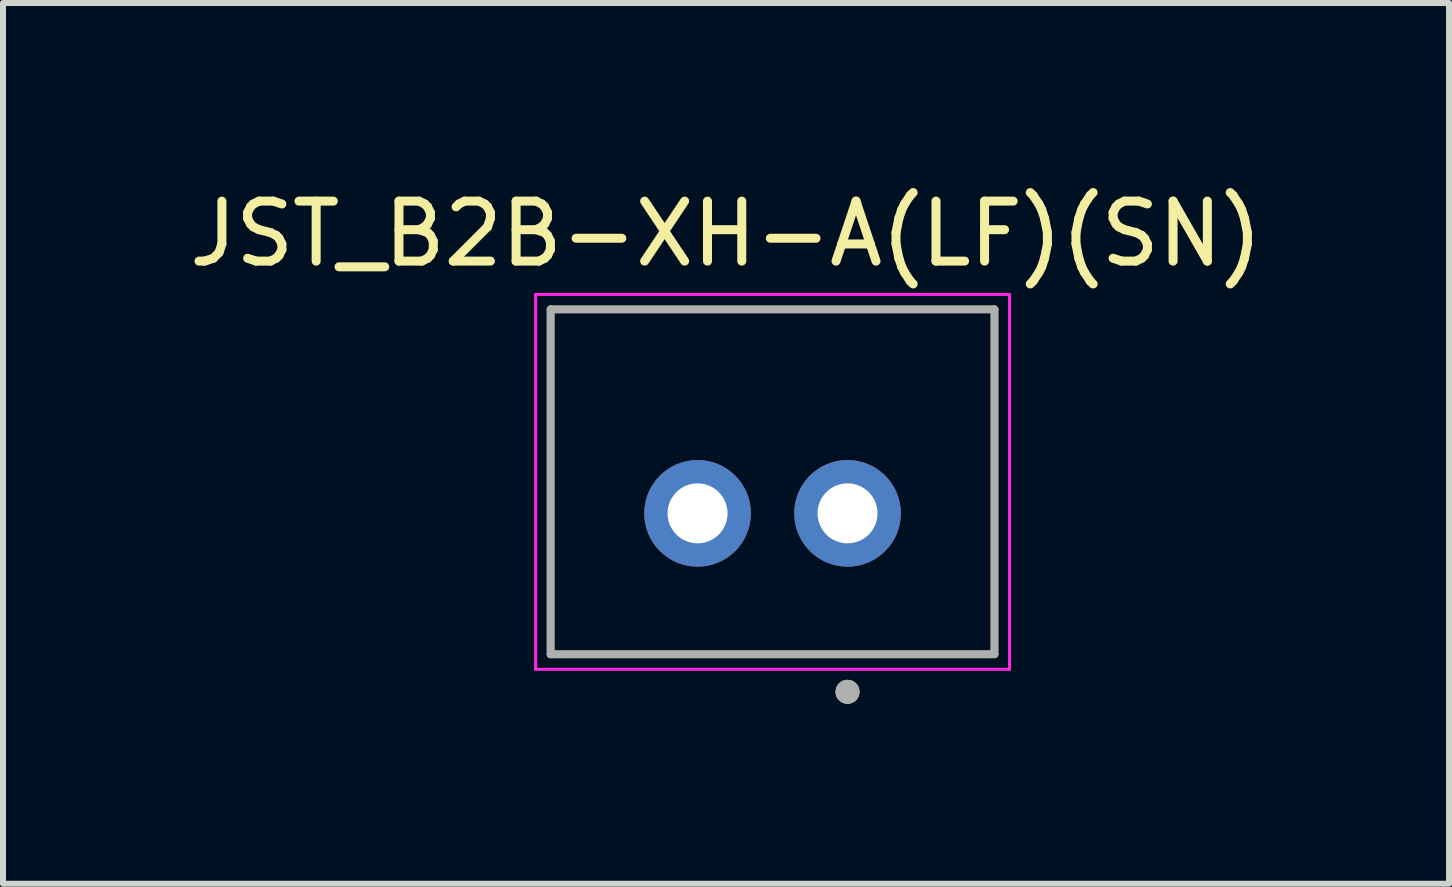
<source format=kicad_pcb>
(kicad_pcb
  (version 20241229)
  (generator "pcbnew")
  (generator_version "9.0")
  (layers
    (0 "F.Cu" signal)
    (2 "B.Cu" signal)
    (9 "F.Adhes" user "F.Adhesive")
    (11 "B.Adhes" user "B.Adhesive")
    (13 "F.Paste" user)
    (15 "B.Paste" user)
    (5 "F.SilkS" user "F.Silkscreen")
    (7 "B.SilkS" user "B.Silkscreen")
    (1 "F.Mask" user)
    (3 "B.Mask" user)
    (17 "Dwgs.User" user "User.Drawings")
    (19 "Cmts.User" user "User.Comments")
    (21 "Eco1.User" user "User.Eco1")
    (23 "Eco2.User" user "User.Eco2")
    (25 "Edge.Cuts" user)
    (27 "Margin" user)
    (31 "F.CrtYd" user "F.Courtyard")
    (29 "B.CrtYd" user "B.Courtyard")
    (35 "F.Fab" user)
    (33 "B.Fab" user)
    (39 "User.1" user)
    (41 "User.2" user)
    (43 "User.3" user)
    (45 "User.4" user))
  (footprint "JST_B2B-XH-A(LF)(SN)"
    (layer "F.Cu")
    (at 9.829 5.508)
    (property "Reference" "JST_B2B-XH-A(LF)(SN)" (at -0.775 -4.66 0) (layer "F.SilkS") (effects (font (size 1 1) (thickness 0.15))))
    (attr through_hole)
    (fp_line (start -3.7 -3.4) (end 3.7 -3.4) (stroke (width 0.127) (type solid)) (layer "F.SilkS"))
    (fp_line (start -3.7 2.35) (end -3.7 -3.4) (stroke (width 0.127) (type solid)) (layer "F.SilkS"))
    (fp_line (start 3.7 -3.4) (end 3.7 2.35) (stroke (width 0.127) (type solid)) (layer "F.SilkS"))
    (fp_line (start 3.7 2.35) (end -3.7 2.35) (stroke (width 0.127) (type solid)) (layer "F.SilkS"))
    (fp_circle (center 1.25 2.975) (end 1.35 2.975) (stroke (width 0.2) (type solid)) (fill no) (layer "F.SilkS"))
    (fp_line (start -3.95 -3.65) (end 3.95 -3.65) (stroke (width 0.05) (type solid)) (layer "F.CrtYd"))
    (fp_line (start -3.95 2.6) (end -3.95 -3.65) (stroke (width 0.05) (type solid)) (layer "F.CrtYd"))
    (fp_line (start 3.95 -3.65) (end 3.95 2.6) (stroke (width 0.05) (type solid)) (layer "F.CrtYd"))
    (fp_line (start 3.95 2.6) (end -3.95 2.6) (stroke (width 0.05) (type solid)) (layer "F.CrtYd"))
    (fp_line (start -3.7 -3.4) (end 3.7 -3.4) (stroke (width 0.127) (type solid)) (layer "F.Fab"))
    (fp_line (start -3.7 2.35) (end -3.7 -3.4) (stroke (width 0.127) (type solid)) (layer "F.Fab"))
    (fp_line (start 3.7 -3.4) (end 3.7 2.35) (stroke (width 0.127) (type solid)) (layer "F.Fab"))
    (fp_line (start 3.7 2.35) (end -3.7 2.35) (stroke (width 0.127) (type solid)) (layer "F.Fab"))
    (fp_circle (center 1.25 2.975) (end 1.35 2.975) (stroke (width 0.2) (type solid)) (fill no) (layer "F.Fab"))
    (pad "1" thru_hole oval (at 1.25 0) (size 1.778 1.778) (drill 1) (layers "*.Cu" "*.Mask"))
    (pad "2" thru_hole oval (at -1.25 0) (size 1.778 1.778) (drill 1) (layers "*.Cu" "*.Mask")))
  (gr_rect
    (start -3 -3)
    (end 21.107 11.683)
    (stroke (width 0.1) (type default))
    (fill no)
    (layer "Edge.Cuts")))
</source>
